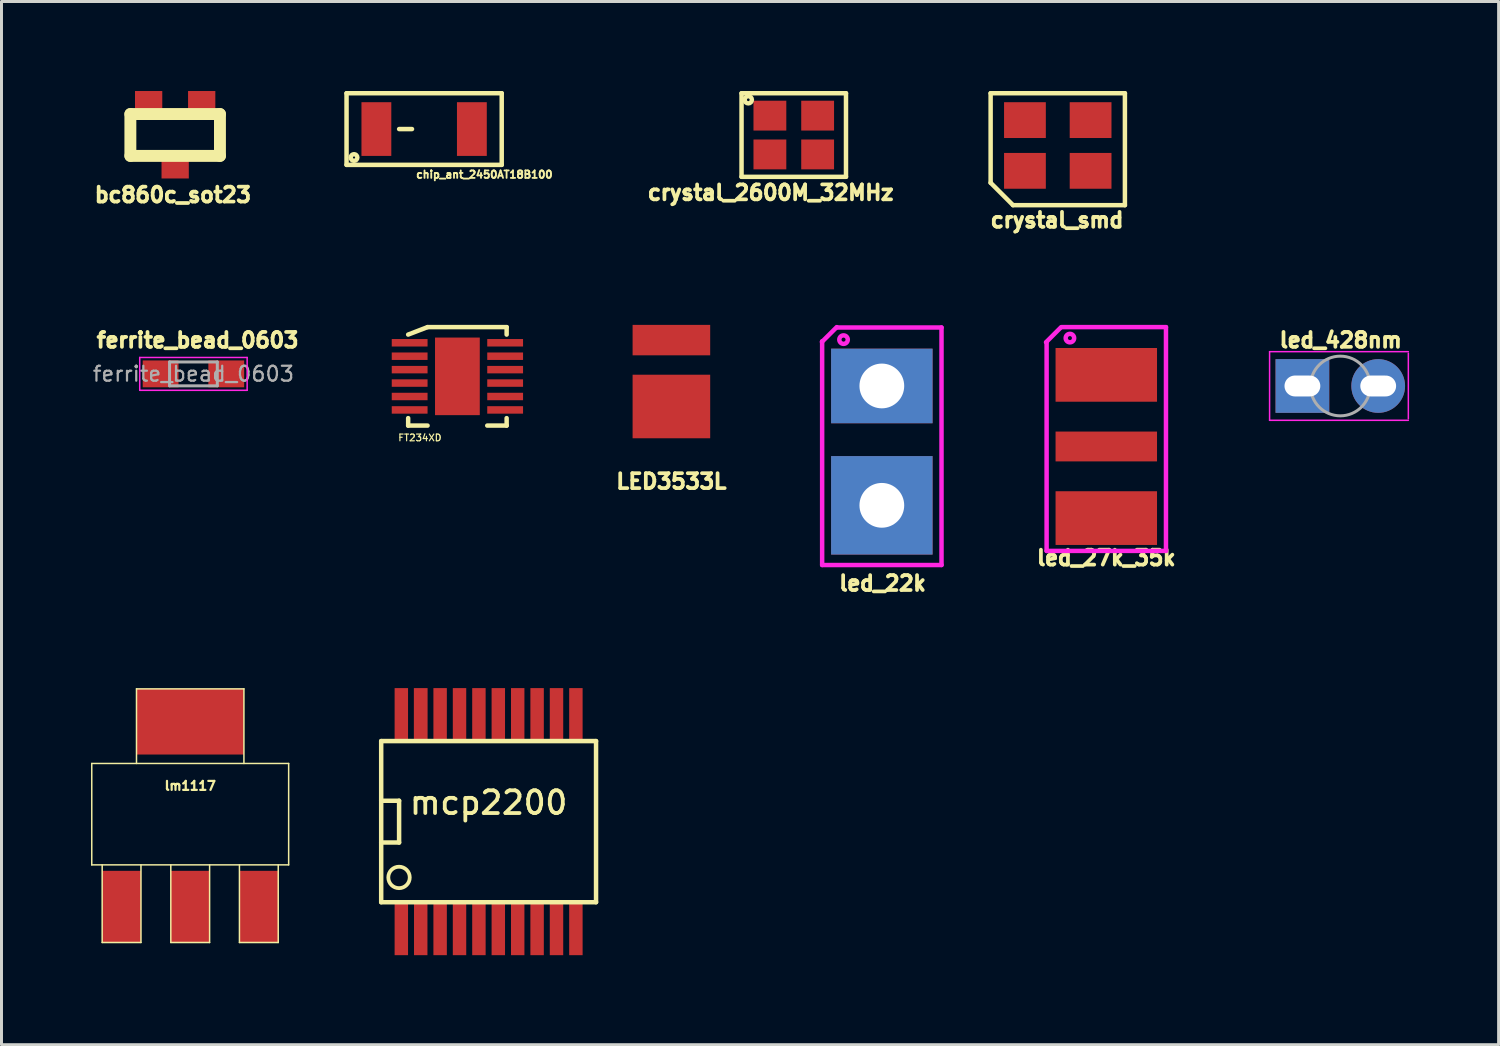
<source format=kicad_pcb>
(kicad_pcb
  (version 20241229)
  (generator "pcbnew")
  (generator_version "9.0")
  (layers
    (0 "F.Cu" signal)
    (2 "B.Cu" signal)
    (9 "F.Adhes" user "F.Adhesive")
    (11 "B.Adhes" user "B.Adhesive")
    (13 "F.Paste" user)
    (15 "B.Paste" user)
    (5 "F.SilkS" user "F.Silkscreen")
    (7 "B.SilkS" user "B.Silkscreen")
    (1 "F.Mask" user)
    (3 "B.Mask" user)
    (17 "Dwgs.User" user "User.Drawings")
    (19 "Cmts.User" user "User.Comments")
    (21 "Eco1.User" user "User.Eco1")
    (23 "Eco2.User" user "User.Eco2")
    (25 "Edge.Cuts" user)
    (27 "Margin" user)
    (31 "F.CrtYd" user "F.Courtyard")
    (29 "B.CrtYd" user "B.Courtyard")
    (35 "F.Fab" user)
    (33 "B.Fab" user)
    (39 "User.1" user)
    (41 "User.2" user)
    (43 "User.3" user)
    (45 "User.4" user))
  (footprint "led_428nm"
    (layer "F.Cu")
    (at 40.595 9.885)
    (property "Reference" "led_428nm" (at 1.283 -1.537 0) (layer "F.SilkS") (effects (font (size 0.5 0.5) (thickness 0.125))))
    (attr through_hole)
    (fp_line (start -1.1 -1.15) (end -1.1 1.15) (stroke (width 0.05) (type solid)) (layer "F.CrtYd"))
    (fp_line (start -1.1 1.15) (end 3.55 1.15) (stroke (width 0.05) (type solid)) (layer "F.CrtYd"))
    (fp_line (start 3.55 -1.15) (end -1.1 -1.15) (stroke (width 0.05) (type solid)) (layer "F.CrtYd"))
    (fp_line (start 3.55 1.1) (end 3.55 -1.1) (stroke (width 0.05) (type solid)) (layer "F.CrtYd"))
    (fp_circle (center 1.27 0) (end 2.27 0) (stroke (width 0.1) (type solid)) (fill no) (layer "F.Fab"))
    (pad "1" thru_hole circle (at 2.54 0) (size 1.8 1.8) (drill oval 1.2 0.7) (layers "*.Cu" "*.Mask"))
    (pad "2" thru_hole rect (at 0 0) (size 1.8 1.8) (drill oval 1.2 0.7) (layers "*.Cu" "*.Mask")))
  (footprint "led_27k_35k"
    (layer "F.Cu")
    (at 34.023 11.912)
    (property "Reference" "led_27k_35k" (at 0 3.734 0) (layer "F.SilkS") (effects (font (size 0.5 0.5) (thickness 0.125))))
    (attr through_hole)
    (fp_line (start -2.019 -3.493) (end -1.524 -3.988) (stroke (width 0.15) (type solid)) (layer "F.CrtYd"))
    (fp_line (start -2 -3.5) (end -2 3.5) (stroke (width 0.15) (type solid)) (layer "F.CrtYd"))
    (fp_line (start -2 3.5) (end 2 3.5) (stroke (width 0.15) (type solid)) (layer "F.CrtYd"))
    (fp_line (start -1.5 -4) (end 2 -4) (stroke (width 0.15) (type solid)) (layer "F.CrtYd"))
    (fp_line (start 2 -4) (end 2 3.5) (stroke (width 0.15) (type solid)) (layer "F.CrtYd"))
    (fp_circle (center -1.219 -3.632) (end -1.079 -3.658) (stroke (width 0.15) (type solid)) (fill no) (layer "F.CrtYd"))
    (pad "1" smd rect (at 0 2.4) (size 3.4 1.8) (layers "F.Cu" "F.Mask" "F.Paste"))
    (pad "2" smd rect (at 0 -2.4) (size 3.4 1.8) (layers "F.Cu" "F.Mask" "F.Paste"))
    (pad "2" smd rect (at 0 0) (size 3.4 1) (layers "F.Cu" "F.Mask" "F.Paste")))
  (footprint "chip_ant_2450AT18B100"
    (layer "F.Cu")
    (at 11.163 1.275)
    (property "Reference" "chip_ant_2450AT18B100" (at 2.019 1.524 0) (layer "F.SilkS") (effects (font (size 0.25 0.25) (thickness 0.062))))
    (attr through_hole)
    (fp_line (start -2.6 -1.2) (end -2.6 1.2) (stroke (width 0.15) (type solid)) (layer "F.SilkS"))
    (fp_line (start -2.6 -1.2) (end 2.6 -1.2) (stroke (width 0.15) (type solid)) (layer "F.SilkS"))
    (fp_line (start -2.6 1.2) (end 2.6 1.2) (stroke (width 0.15) (type solid)) (layer "F.SilkS"))
    (fp_line (start -0.838 0) (end -0.406 0) (stroke (width 0.15) (type solid)) (layer "F.SilkS"))
    (fp_line (start 2.6 1.2) (end 2.6 -1.2) (stroke (width 0.15) (type solid)) (layer "F.SilkS"))
    (fp_circle (center -2.349 0.953) (end -2.324 0.927) (stroke (width 0.15) (type solid)) (fill no) (layer "F.SilkS"))
    (pad "1" smd rect (at -1.6 0) (size 1 1.8) (layers "F.Cu" "F.Mask" "F.Paste"))
    (pad "2" smd rect (at 1.6 0) (size 1 1.8) (layers "F.Cu" "F.Mask" "F.Paste")))
  (footprint "ferrite_bead_0603"
    (layer "F.Cu")
    (at 3.432 9.479)
    (property "Reference" "ferrite_bead_0603" (at 0.14 -1.13 0) (layer "F.SilkS") (effects (font (size 0.5 0.5) (thickness 0.125))))
    (attr smd)
    (fp_line (start -1.8 -0.55) (end -1.8 0.55) (stroke (width 0.05) (type solid)) (layer "F.CrtYd"))
    (fp_line (start -1.8 -0.55) (end 1.8 -0.55) (stroke (width 0.05) (type solid)) (layer "F.CrtYd"))
    (fp_line (start 1.8 0.55) (end -1.8 0.55) (stroke (width 0.05) (type solid)) (layer "F.CrtYd"))
    (fp_line (start 1.8 0.55) (end 1.8 -0.55) (stroke (width 0.05) (type solid)) (layer "F.CrtYd"))
    (fp_line (start -0.8 -0.4) (end 0.8 -0.4) (stroke (width 0.1) (type solid)) (layer "F.Fab"))
    (fp_line (start -0.8 0.4) (end -0.8 -0.4) (stroke (width 0.1) (type solid)) (layer "F.Fab"))
    (fp_line (start 0.8 -0.4) (end 0.8 0.4) (stroke (width 0.1) (type solid)) (layer "F.Fab"))
    (fp_line (start 0.8 0.4) (end -0.8 0.4) (stroke (width 0.1) (type solid)) (layer "F.Fab"))
    (fp_text user "${REFERENCE}" (at 0 0 0) (layer "F.Fab") (effects (font (size 0.5 0.5) (thickness 0.075))))
    (pad "1" smd rect (at -1.1 0) (size 1.2 0.9) (layers "F.Cu" "F.Mask" "F.Paste"))
    (pad "2" smd rect (at 1.1 0) (size 1.2 0.9) (layers "F.Cu" "F.Mask" "F.Paste")))
  (footprint "mcp2200"
    (layer "F.Cu")
    (at 13.324 24.484)
    (property "Reference" "mcp2200" (at 0 -0.635 0) (layer "F.SilkS") (effects (font (size 0.762 0.762) (thickness 0.127))))
    (attr smd)
    (fp_line (start -3.6 -2.7) (end 3.6 -2.7) (stroke (width 0.15) (type solid)) (layer "F.SilkS"))
    (fp_line (start -3.6 -0.7) (end -3 -0.7) (stroke (width 0.15) (type solid)) (layer "F.SilkS"))
    (fp_line (start -3.6 2.7) (end -3.6 -2.7) (stroke (width 0.15) (type solid)) (layer "F.SilkS"))
    (fp_line (start -3 -0.7) (end -3 0.7) (stroke (width 0.15) (type solid)) (layer "F.SilkS"))
    (fp_line (start -3 0.7) (end -3.6 0.7) (stroke (width 0.15) (type solid)) (layer "F.SilkS"))
    (fp_line (start 3.6 -2.7) (end 3.6 2.7) (stroke (width 0.15) (type solid)) (layer "F.SilkS"))
    (fp_line (start 3.6 2.7) (end -3.6 2.7) (stroke (width 0.15) (type solid)) (layer "F.SilkS"))
    (fp_circle (center -3.002 1.87) (end -3.256 1.616) (stroke (width 0.127) (type solid)) (fill no) (layer "F.SilkS"))
    (pad "1" smd rect (at -2.925 3.6) (size 0.45 1.75) (layers "F.Cu" "F.Mask" "F.Paste"))
    (pad "2" smd rect (at -2.275 3.6) (size 0.45 1.75) (layers "F.Cu" "F.Mask" "F.Paste"))
    (pad "3" smd rect (at -1.625 3.6) (size 0.45 1.75) (layers "F.Cu" "F.Mask" "F.Paste"))
    (pad "4" smd rect (at -0.975 3.6) (size 0.45 1.75) (layers "F.Cu" "F.Mask" "F.Paste"))
    (pad "5" smd rect (at -0.325 3.6) (size 0.45 1.75) (layers "F.Cu" "F.Mask" "F.Paste"))
    (pad "6" smd rect (at 0.325 3.6) (size 0.45 1.75) (layers "F.Cu" "F.Mask" "F.Paste"))
    (pad "7" smd rect (at 0.975 3.6) (size 0.45 1.75) (layers "F.Cu" "F.Mask" "F.Paste"))
    (pad "8" smd rect (at 1.625 3.6) (size 0.45 1.75) (layers "F.Cu" "F.Mask" "F.Paste"))
    (pad "9" smd rect (at 2.275 3.6) (size 0.45 1.75) (layers "F.Cu" "F.Mask" "F.Paste"))
    (pad "10" smd rect (at 2.925 3.6) (size 0.45 1.75) (layers "F.Cu" "F.Mask" "F.Paste"))
    (pad "11" smd rect (at 2.925 -3.6) (size 0.45 1.75) (layers "F.Cu" "F.Mask" "F.Paste"))
    (pad "12" smd rect (at 2.275 -3.6) (size 0.45 1.75) (layers "F.Cu" "F.Mask" "F.Paste"))
    (pad "13" smd rect (at 1.625 -3.6) (size 0.45 1.75) (layers "F.Cu" "F.Mask" "F.Paste"))
    (pad "14" smd rect (at 0.975 -3.6) (size 0.45 1.75) (layers "F.Cu" "F.Mask" "F.Paste"))
    (pad "15" smd rect (at 0.325 -3.6) (size 0.45 1.75) (layers "F.Cu" "F.Mask" "F.Paste"))
    (pad "16" smd rect (at -0.325 -3.6) (size 0.45 1.75) (layers "F.Cu" "F.Mask" "F.Paste"))
    (pad "17" smd rect (at -0.975 -3.6) (size 0.45 1.75) (layers "F.Cu" "F.Mask" "F.Paste"))
    (pad "18" smd rect (at -1.625 -3.6) (size 0.45 1.75) (layers "F.Cu" "F.Mask" "F.Paste"))
    (pad "19" smd rect (at -2.275 -3.6) (size 0.46 1.75) (layers "F.Cu" "F.Mask" "F.Paste"))
    (pad "20" smd rect (at -2.925 -3.6) (size 0.45 1.75) (layers "F.Cu" "F.Mask" "F.Paste")))
  (footprint "LED3533L"
    (layer "F.Cu")
    (at 19.449 9.182)
    (property "Reference" "LED3533L" (at 0 3.9 0) (layer "F.SilkS") (effects (font (size 0.5 0.5) (thickness 0.125))))
    (attr through_hole)
    (pad "1" smd rect (at 0 1.39) (size 2.6 2.13) (layers "F.Cu" "F.Mask" "F.Paste"))
    (pad "2" smd rect (at 0 -0.835) (size 2.6 1.02) (layers "F.Cu" "F.Mask" "F.Paste")))
  (footprint "crystal_smd"
    (layer "F.Cu")
    (at 32.397 1.825)
    (property "Reference" "crystal_smd" (at -0.025 2.5 0) (layer "F.SilkS") (effects (font (size 0.5 0.5) (thickness 0.125))))
    (attr through_hole)
    (fp_line (start -2.25 -1.75) (end -2.25 1.25) (stroke (width 0.15) (type solid)) (layer "F.SilkS"))
    (fp_line (start -2.25 -1.75) (end 2.25 -1.75) (stroke (width 0.15) (type solid)) (layer "F.SilkS"))
    (fp_line (start -2.25 1.25) (end -1.5 2) (stroke (width 0.15) (type solid)) (layer "F.SilkS"))
    (fp_line (start -1.5 2) (end 2.25 2) (stroke (width 0.15) (type solid)) (layer "F.SilkS"))
    (fp_line (start 2.25 -1.75) (end 2.25 2) (stroke (width 0.15) (type solid)) (layer "F.SilkS"))
    (pad "1" smd rect (at -1.1 0.85) (size 1.4 1.2) (layers "F.Cu" "F.Mask" "F.Paste"))
    (pad "2" smd rect (at 1.1 0.85) (size 1.4 1.2) (layers "F.Cu" "F.Mask" "F.Paste"))
    (pad "3" smd rect (at 1.1 -0.85) (size 1.4 1.2) (layers "F.Cu" "F.Mask" "F.Paste"))
    (pad "4" smd rect (at -1.1 -0.85) (size 1.4 1.2) (layers "F.Cu" "F.Mask" "F.Paste")))
  (footprint "bc860c_sot23"
    (layer "F.Cu")
    (at 2.82 1.473)
    (property "Reference" "bc860c_sot23" (at -0.076 2.007 0) (layer "F.SilkS") (effects (font (size 0.5 0.5) (thickness 0.124))))
    (attr through_hole)
    (fp_line (start -1.501 -0.701) (end 1.501 -0.701) (stroke (width 0.399) (type solid)) (layer "F.SilkS"))
    (fp_line (start -1.501 0.701) (end -1.501 -0.701) (stroke (width 0.399) (type solid)) (layer "F.SilkS"))
    (fp_line (start 1.501 -0.701) (end 1.501 0.701) (stroke (width 0.399) (type solid)) (layer "F.SilkS"))
    (fp_line (start 1.501 0.701) (end -1.501 0.701) (stroke (width 0.399) (type solid)) (layer "F.SilkS"))
    (pad "1" smd rect (at 0.889 -1.016) (size 0.914 0.914) (layers "F.Cu" "F.Mask" "F.Paste"))
    (pad "2" smd rect (at -0.889 -1.016) (size 0.914 0.914) (layers "F.Cu" "F.Mask" "F.Paste"))
    (pad "3" smd rect (at 0 1.001) (size 0.914 0.914) (layers "F.Cu" "F.Mask" "F.Paste")))
  (footprint "lm1117"
    (layer "F.Cu")
    (at 3.324 24.234)
    (property "Reference" "lm1117" (at 0 -0.95 0) (layer "F.SilkS") (effects (font (size 0.3 0.3) (thickness 0.076))))
    (attr smd)
    (fp_line (start -3.299 -1.699) (end 3.299 -1.699) (stroke (width 0.05) (type solid)) (layer "F.SilkS"))
    (fp_line (start -3.299 1.699) (end -3.299 -1.699) (stroke (width 0.05) (type solid)) (layer "F.SilkS"))
    (fp_line (start -2.95 1.7) (end -2.95 4.3) (stroke (width 0.05) (type solid)) (layer "F.SilkS"))
    (fp_line (start -2.95 4.3) (end -1.65 4.3) (stroke (width 0.05) (type solid)) (layer "F.SilkS"))
    (fp_line (start -1.8 -4.2) (end 1.8 -4.2) (stroke (width 0.05) (type solid)) (layer "F.SilkS"))
    (fp_line (start -1.8 -1.7) (end -1.8 -4.2) (stroke (width 0.05) (type solid)) (layer "F.SilkS"))
    (fp_line (start -1.65 4.3) (end -1.65 1.7) (stroke (width 0.05) (type solid)) (layer "F.SilkS"))
    (fp_line (start -0.65 1.7) (end -0.65 4.3) (stroke (width 0.05) (type solid)) (layer "F.SilkS"))
    (fp_line (start -0.65 4.3) (end 0.65 4.3) (stroke (width 0.05) (type solid)) (layer "F.SilkS"))
    (fp_line (start 0.65 4.3) (end 0.65 1.7) (stroke (width 0.05) (type solid)) (layer "F.SilkS"))
    (fp_line (start 1.65 1.7) (end 1.65 4.3) (stroke (width 0.05) (type solid)) (layer "F.SilkS"))
    (fp_line (start 1.65 4.3) (end 2.95 4.3) (stroke (width 0.05) (type solid)) (layer "F.SilkS"))
    (fp_line (start 1.8 -4.2) (end 1.8 -1.7) (stroke (width 0.05) (type solid)) (layer "F.SilkS"))
    (fp_line (start 2.95 4.3) (end 2.95 1.7) (stroke (width 0.05) (type solid)) (layer "F.SilkS"))
    (fp_line (start 3.299 -1.699) (end 3.299 1.699) (stroke (width 0.05) (type solid)) (layer "F.SilkS"))
    (fp_line (start 3.299 1.699) (end -3.299 1.699) (stroke (width 0.05) (type solid)) (layer "F.SilkS"))
    (pad "1" smd rect (at -2.301 3.099) (size 1.3 2.4) (layers "F.Cu" "F.Mask" "F.Paste"))
    (pad "2" smd rect (at 0 3.099) (size 1.3 2.4) (layers "F.Cu" "F.Mask" "F.Paste"))
    (pad "3" smd rect (at 2.301 3.099) (size 1.3 2.4) (layers "F.Cu" "F.Mask" "F.Paste"))
    (pad "4" smd rect (at 0 -3.099) (size 3.599 2.2) (layers "F.Cu" "F.Mask" "F.Paste")))
  (footprint "crystal_2600M_32MHz"
    (layer "F.Cu")
    (at 23.55 1.475)
    (property "Reference" "crystal_2600M_32MHz" (at -0.775 1.93 0) (layer "F.SilkS") (effects (font (size 0.5 0.5) (thickness 0.125))))
    (attr through_hole)
    (fp_line (start -1.75 -1.4) (end -1.75 1.4) (stroke (width 0.15) (type solid)) (layer "F.SilkS"))
    (fp_line (start -1.75 -1.4) (end 1.75 -1.4) (stroke (width 0.15) (type solid)) (layer "F.SilkS"))
    (fp_line (start -1.75 1.4) (end 1.75 1.4) (stroke (width 0.15) (type solid)) (layer "F.SilkS"))
    (fp_line (start 1.75 -1.4) (end 1.75 1.4) (stroke (width 0.15) (type solid)) (layer "F.SilkS"))
    (fp_circle (center -1.524 -1.181) (end -1.486 -1.156) (stroke (width 0.15) (type solid)) (fill no) (layer "F.SilkS"))
    (pad "1" smd rect (at -0.8 -0.65) (size 1.1 1) (layers "F.Cu" "F.Mask" "F.Paste"))
    (pad "2" smd rect (at 0.8 -0.65) (size 1.1 1) (layers "F.Cu" "F.Mask" "F.Paste"))
    (pad "3" smd rect (at 0.8 0.65) (size 1.1 1) (layers "F.Cu" "F.Mask" "F.Paste"))
    (pad "4" smd rect (at -0.8 0.65) (size 1.1 1) (layers "F.Cu" "F.Mask" "F.Paste")))
  (footprint "FT234XD"
    (layer "F.Cu")
    (at 12.278 9.562)
    (property "Reference" "FT234XD" (at -1.257 2.057 0) (layer "F.SilkS") (effects (font (size 0.225 0.225) (thickness 0.04))))
    (attr through_hole)
    (fp_line (start -1.65 -1.4) (end -1 -1.65) (stroke (width 0.15) (type solid)) (layer "F.SilkS"))
    (fp_line (start -1.65 1.4) (end -1.65 1.65) (stroke (width 0.15) (type solid)) (layer "F.SilkS"))
    (fp_line (start -1.65 1.65) (end -1 1.65) (stroke (width 0.15) (type solid)) (layer "F.SilkS"))
    (fp_line (start 1 1.65) (end 1.65 1.65) (stroke (width 0.15) (type solid)) (layer "F.SilkS"))
    (fp_line (start 1.65 -1.65) (end -1 -1.65) (stroke (width 0.15) (type solid)) (layer "F.SilkS"))
    (fp_line (start 1.65 -1.65) (end 1.65 -1.4) (stroke (width 0.15) (type solid)) (layer "F.SilkS"))
    (fp_line (start 1.65 1.4) (end 1.65 1.65) (stroke (width 0.15) (type solid)) (layer "F.SilkS"))
    (pad "1" smd rect (at -1.6 -1.125) (size 1.2 0.25) (layers "F.Cu" "F.Mask" "F.Paste"))
    (pad "2" smd rect (at -1.6 -0.675) (size 1.2 0.25) (layers "F.Cu" "F.Mask" "F.Paste"))
    (pad "3" smd rect (at -1.6 -0.225) (size 1.2 0.25) (layers "F.Cu" "F.Mask" "F.Paste"))
    (pad "4" smd rect (at -1.6 0.225) (size 1.2 0.25) (layers "F.Cu" "F.Mask" "F.Paste"))
    (pad "5" smd rect (at -1.6 0.675) (size 1.2 0.25) (layers "F.Cu" "F.Mask" "F.Paste"))
    (pad "5" smd rect (at 0 0) (size 1.5 2.6) (layers "F.Cu" "F.Mask" "F.Paste"))
    (pad "6" smd rect (at -1.6 1.125) (size 1.2 0.25) (layers "F.Cu" "F.Mask" "F.Paste"))
    (pad "7" smd rect (at 1.6 1.125) (size 1.2 0.25) (layers "F.Cu" "F.Mask" "F.Paste"))
    (pad "8" smd rect (at 1.6 0.675) (size 1.2 0.25) (layers "F.Cu" "F.Mask" "F.Paste"))
    (pad "9" smd rect (at 1.6 0.225) (size 1.2 0.25) (layers "F.Cu" "F.Mask" "F.Paste"))
    (pad "10" smd rect (at 1.6 -0.225) (size 1.2 0.25) (layers "F.Cu" "F.Mask" "F.Paste"))
    (pad "11" smd rect (at 1.6 -0.675) (size 1.2 0.25) (layers "F.Cu" "F.Mask" "F.Paste"))
    (pad "12" smd rect (at 1.6 -1.125) (size 1.2 0.25) (layers "F.Cu" "F.Mask" "F.Paste")))
  (footprint "led_22k"
    (layer "F.Cu")
    (at 26.501 10.884)
    (property "Reference" "led_22k" (at 0.025 5.613 0) (layer "F.SilkS") (effects (font (size 0.5 0.5) (thickness 0.125))))
    (attr through_hole)
    (fp_line (start -2.007 -2.477) (end -1.511 -2.972) (stroke (width 0.15) (type solid)) (layer "F.CrtYd"))
    (fp_line (start -2 -2.5) (end -2 5) (stroke (width 0.15) (type solid)) (layer "F.CrtYd"))
    (fp_line (start -2 5) (end 2 5) (stroke (width 0.15) (type solid)) (layer "F.CrtYd"))
    (fp_line (start -1.5 -2.959) (end 2 -2.959) (stroke (width 0.15) (type solid)) (layer "F.CrtYd"))
    (fp_line (start 2 -2.959) (end 2 5) (stroke (width 0.15) (type solid)) (layer "F.CrtYd"))
    (fp_circle (center -1.283 -2.553) (end -1.143 -2.578) (stroke (width 0.15) (type solid)) (fill no) (layer "F.CrtYd"))
    (pad "1" thru_hole rect (at 0 3) (size 3.4 3.3) (drill 1.5) (layers "*.Cu" "*.Mask"))
    (pad "2" thru_hole rect (at 0 -1) (size 3.4 2.5) (drill 1.5) (layers "*.Cu" "*.Mask")))
  (gr_rect
    (start -3 -3)
    (end 47.17 31.959)
    (stroke (width 0.1) (type default))
    (fill no)
    (layer "Edge.Cuts")))
</source>
